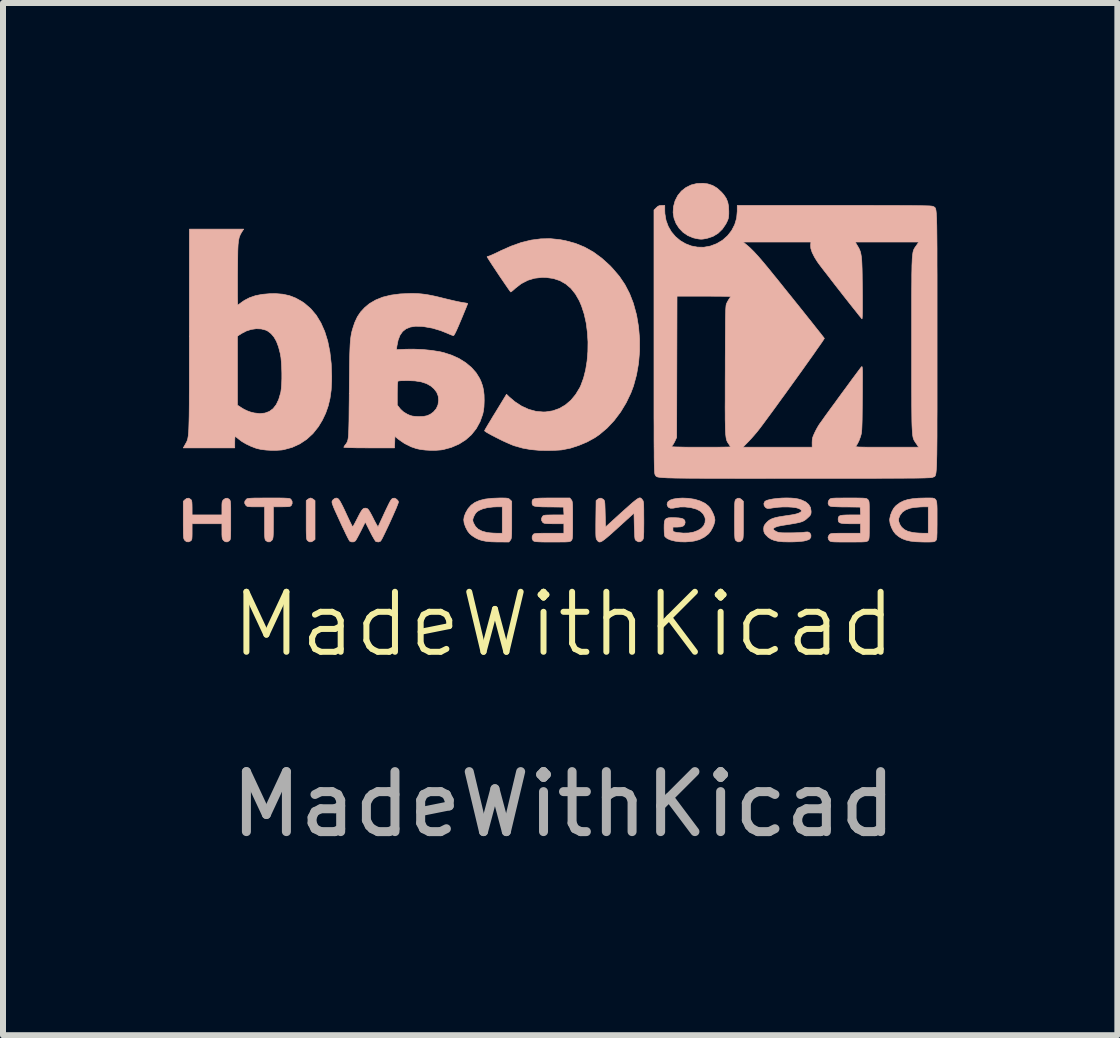
<source format=kicad_pcb>
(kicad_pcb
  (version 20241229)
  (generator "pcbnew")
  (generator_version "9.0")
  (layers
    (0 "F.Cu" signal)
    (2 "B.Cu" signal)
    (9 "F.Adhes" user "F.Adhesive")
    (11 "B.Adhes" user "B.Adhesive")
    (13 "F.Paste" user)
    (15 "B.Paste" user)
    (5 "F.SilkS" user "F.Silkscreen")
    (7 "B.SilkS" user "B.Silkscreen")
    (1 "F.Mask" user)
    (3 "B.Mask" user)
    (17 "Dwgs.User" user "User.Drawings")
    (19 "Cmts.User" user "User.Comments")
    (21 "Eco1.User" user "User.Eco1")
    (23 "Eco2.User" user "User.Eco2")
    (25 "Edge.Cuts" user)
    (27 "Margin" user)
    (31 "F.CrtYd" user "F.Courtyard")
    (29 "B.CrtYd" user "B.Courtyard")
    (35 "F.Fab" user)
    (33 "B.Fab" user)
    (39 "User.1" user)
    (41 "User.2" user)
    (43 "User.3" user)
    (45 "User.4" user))
  (footprint "MadeWithKicad"
    (layer "F.Cu")
    (at 6.343 7.857)
    (property "Reference" "MadeWithKicad" (at 0 -0.5 0) (unlocked yes) (layer "F.SilkS") (effects (font (size 1 1) (thickness 0.1))))
    (attr smd)
    (fp_poly (pts (xy -4.239 -2.599) (xy -4.262 -2.584) (xy -4.289 -2.563) (xy -4.289 -2.241) (xy -4.289 -2.147) (xy -4.289 -2.073) (xy -4.288 -2.016) (xy -4.286 -1.974) (xy -4.284 -1.944) (xy -4.281 -1.924) (xy -4.277 -1.91) (xy -4.271 -1.901) (xy -4.267 -1.896) (xy -4.236 -1.875) (xy -4.2 -1.876) (xy -4.169 -1.894) (xy -4.142 -1.915) (xy -4.142 -2.563) (xy -4.169 -2.584) (xy -4.195 -2.6) (xy -4.216 -2.606) (xy -4.239 -2.599)) (stroke (width 0.01) (type solid)) (fill yes) (layer "B.SilkS"))
    (fp_poly (pts (xy 2.874 -2.583) (xy 2.867 -2.576) (xy 2.862 -2.566) (xy 2.858 -2.551) (xy 2.855 -2.529) (xy 2.853 -2.497) (xy 2.852 -2.453) (xy 2.852 -2.393) (xy 2.851 -2.315) (xy 2.851 -2.239) (xy 2.851 -2.145) (xy 2.852 -2.071) (xy 2.852 -2.015) (xy 2.854 -1.973) (xy 2.856 -1.943) (xy 2.859 -1.923) (xy 2.863 -1.91) (xy 2.869 -1.901) (xy 2.874 -1.895) (xy 2.907 -1.875) (xy 2.942 -1.877) (xy 2.973 -1.898) (xy 2.981 -1.907) (xy 2.986 -1.916) (xy 2.991 -1.93) (xy 2.994 -1.951) (xy 2.996 -1.98) (xy 2.997 -2.022) (xy 2.998 -2.079) (xy 2.998 -2.153) (xy 2.998 -2.237) (xy 2.998 -2.551) (xy 2.97 -2.578) (xy 2.936 -2.602) (xy 2.903 -2.602) (xy 2.874 -2.583)) (stroke (width 0.01) (type solid)) (fill yes) (layer "B.SilkS"))
    (fp_poly (pts (xy 2.223 -7.848) (xy 2.127 -7.824) (xy 2.04 -7.781) (xy 1.965 -7.722) (xy 1.904 -7.647) (xy 1.859 -7.558) (xy 1.833 -7.461) (xy 1.827 -7.364) (xy 1.842 -7.27) (xy 1.876 -7.182) (xy 1.927 -7.103) (xy 1.992 -7.035) (xy 2.071 -6.981) (xy 2.162 -6.943) (xy 2.213 -6.931) (xy 2.258 -6.923) (xy 2.292 -6.92) (xy 2.325 -6.922) (xy 2.365 -6.929) (xy 2.399 -6.936) (xy 2.492 -6.967) (xy 2.576 -7.018) (xy 2.648 -7.088) (xy 2.706 -7.173) (xy 2.72 -7.201) (xy 2.737 -7.237) (xy 2.747 -7.267) (xy 2.752 -7.3) (xy 2.755 -7.341) (xy 2.755 -7.387) (xy 2.751 -7.471) (xy 2.737 -7.54) (xy 2.712 -7.601) (xy 2.673 -7.659) (xy 2.634 -7.704) (xy 2.562 -7.77) (xy 2.487 -7.815) (xy 2.405 -7.842) (xy 2.327 -7.852) (xy 2.223 -7.848)) (stroke (width 0.01) (type solid)) (fill yes) (layer "B.SilkS"))
    (fp_poly (pts (xy -5.013 -2.606) (xy -5.092 -2.605) (xy -5.153 -2.605) (xy -5.199 -2.603) (xy -5.232 -2.601) (xy -5.255 -2.598) (xy -5.271 -2.595) (xy -5.281 -2.59) (xy -5.286 -2.586) (xy -5.311 -2.554) (xy -5.315 -2.52) (xy -5.299 -2.489) (xy -5.288 -2.477) (xy -5.277 -2.469) (xy -5.261 -2.463) (xy -5.236 -2.461) (xy -5.197 -2.459) (xy -5.14 -2.459) (xy -5.129 -2.459) (xy -4.983 -2.459) (xy -4.983 -2.188) (xy -4.983 -2.103) (xy -4.983 -2.037) (xy -4.982 -1.988) (xy -4.98 -1.953) (xy -4.977 -1.929) (xy -4.973 -1.913) (xy -4.968 -1.903) (xy -4.961 -1.895) (xy -4.928 -1.875) (xy -4.893 -1.876) (xy -4.862 -1.899) (xy -4.86 -1.902) (xy -4.852 -1.913) (xy -4.847 -1.925) (xy -4.843 -1.942) (xy -4.84 -1.967) (xy -4.838 -2.003) (xy -4.837 -2.053) (xy -4.837 -2.12) (xy -4.836 -2.195) (xy -4.836 -2.459) (xy -4.697 -2.459) (xy -4.637 -2.46) (xy -4.596 -2.461) (xy -4.569 -2.464) (xy -4.552 -2.47) (xy -4.54 -2.478) (xy -4.539 -2.48) (xy -4.523 -2.513) (xy -4.524 -2.551) (xy -4.543 -2.583) (xy -4.55 -2.59) (xy -4.56 -2.595) (xy -4.574 -2.599) (xy -4.595 -2.601) (xy -4.625 -2.603) (xy -4.668 -2.605) (xy -4.726 -2.606) (xy -4.8 -2.606) (xy -4.894 -2.606) (xy -4.914 -2.606) (xy -5.013 -2.606)) (stroke (width 0.01) (type solid)) (fill yes) (layer "B.SilkS"))
    (fp_poly (pts (xy -6.279 -2.6) (xy -6.31 -2.578) (xy -6.338 -2.551) (xy -6.338 -2.241) (xy -6.338 -2.149) (xy -6.337 -2.077) (xy -6.337 -2.022) (xy -6.335 -1.982) (xy -6.333 -1.953) (xy -6.33 -1.933) (xy -6.325 -1.919) (xy -6.319 -1.908) (xy -6.315 -1.902) (xy -6.284 -1.877) (xy -6.248 -1.875) (xy -6.216 -1.89) (xy -6.206 -1.899) (xy -6.198 -1.91) (xy -6.194 -1.929) (xy -6.192 -1.96) (xy -6.191 -2.006) (xy -6.191 -2.042) (xy -6.191 -2.177) (xy -5.694 -2.177) (xy -5.694 -2.054) (xy -5.694 -1.998) (xy -5.692 -1.96) (xy -5.688 -1.934) (xy -5.68 -1.915) (xy -5.671 -1.902) (xy -5.64 -1.877) (xy -5.605 -1.874) (xy -5.572 -1.892) (xy -5.563 -1.901) (xy -5.556 -1.913) (xy -5.552 -1.932) (xy -5.549 -1.961) (xy -5.548 -2.005) (xy -5.547 -2.067) (xy -5.547 -2.081) (xy -5.547 -2.197) (xy -5.547 -2.293) (xy -5.547 -2.371) (xy -5.547 -2.432) (xy -5.548 -2.479) (xy -5.55 -2.514) (xy -5.552 -2.54) (xy -5.555 -2.557) (xy -5.56 -2.569) (xy -5.565 -2.577) (xy -5.57 -2.583) (xy -5.602 -2.603) (xy -5.635 -2.6) (xy -5.667 -2.578) (xy -5.679 -2.564) (xy -5.688 -2.548) (xy -5.692 -2.525) (xy -5.694 -2.491) (xy -5.694 -2.439) (xy -5.694 -2.324) (xy -6.191 -2.324) (xy -6.191 -2.442) (xy -6.192 -2.497) (xy -6.194 -2.534) (xy -6.198 -2.558) (xy -6.205 -2.574) (xy -6.214 -2.583) (xy -6.246 -2.603) (xy -6.279 -2.6)) (stroke (width 0.01) (type solid)) (fill yes) (layer "B.SilkS"))
    (fp_poly (pts (xy -1.068 -2.606) (xy -1.197 -2.601) (xy -1.307 -2.588) (xy -1.399 -2.565) (xy -1.476 -2.532) (xy -1.539 -2.487) (xy -1.589 -2.431) (xy -1.63 -2.361) (xy -1.63 -2.36) (xy -1.655 -2.298) (xy -1.663 -2.242) (xy -1.656 -2.187) (xy -1.634 -2.124) (xy -1.629 -2.114) (xy -1.6 -2.058) (xy -1.567 -2.015) (xy -1.525 -1.978) (xy -1.467 -1.941) (xy -1.464 -1.939) (xy -1.414 -1.915) (xy -1.357 -1.897) (xy -1.29 -1.884) (xy -1.209 -1.876) (xy -1.11 -1.873) (xy -1.075 -1.873) (xy -0.91 -1.872) (xy -0.886 -1.902) (xy -0.879 -1.912) (xy -0.874 -1.923) (xy -0.87 -1.939) (xy -0.867 -1.962) (xy -0.865 -1.995) (xy -0.864 -2.019) (xy -1.021 -2.019) (xy -1.115 -2.019) (xy -1.17 -2.021) (xy -1.226 -2.025) (xy -1.272 -2.031) (xy -1.275 -2.031) (xy -1.357 -2.053) (xy -1.421 -2.086) (xy -1.468 -2.132) (xy -1.501 -2.192) (xy -1.507 -2.208) (xy -1.513 -2.233) (xy -1.51 -2.257) (xy -1.498 -2.29) (xy -1.491 -2.306) (xy -1.468 -2.348) (xy -1.44 -2.378) (xy -1.409 -2.398) (xy -1.347 -2.425) (xy -1.268 -2.445) (xy -1.175 -2.456) (xy -1.108 -2.459) (xy -1.021 -2.459) (xy -1.021 -2.019) (xy -0.864 -2.019) (xy -0.864 -2.04) (xy -0.863 -2.101) (xy -0.863 -2.179) (xy -0.863 -2.241) (xy -0.863 -2.551) (xy -0.891 -2.578) (xy -0.903 -2.589) (xy -0.916 -2.597) (xy -0.935 -2.602) (xy -0.963 -2.605) (xy -1.005 -2.606) (xy -1.065 -2.606) (xy -1.068 -2.606)) (stroke (width 0.01) (type solid)) (fill yes) (layer "B.SilkS"))
    (fp_poly (pts (xy 6.071 -2.606) (xy 6.032 -2.606) (xy 5.916 -2.603) (xy 5.819 -2.594) (xy 5.738 -2.58) (xy 5.669 -2.558) (xy 5.608 -2.528) (xy 5.554 -2.488) (xy 5.534 -2.471) (xy 5.502 -2.432) (xy 5.473 -2.378) (xy 5.45 -2.318) (xy 5.438 -2.26) (xy 5.436 -2.239) (xy 5.444 -2.18) (xy 5.466 -2.116) (xy 5.497 -2.055) (xy 5.534 -2.007) (xy 5.54 -2.001) (xy 5.591 -1.96) (xy 5.646 -1.928) (xy 5.71 -1.904) (xy 5.784 -1.887) (xy 5.874 -1.877) (xy 5.981 -1.873) (xy 6.03 -1.872) (xy 6.092 -1.872) (xy 6.136 -1.874) (xy 6.165 -1.876) (xy 6.184 -1.881) (xy 6.197 -1.888) (xy 6.204 -1.895) (xy 6.211 -1.902) (xy 6.216 -1.912) (xy 6.22 -1.927) (xy 6.223 -1.949) (xy 6.224 -1.981) (xy 6.226 -2.025) (xy 6.226 -2.085) (xy 6.227 -2.163) (xy 6.227 -2.239) (xy 6.227 -2.34) (xy 6.227 -2.421) (xy 6.226 -2.459) (xy 6.08 -2.459) (xy 6.08 -2.019) (xy 5.987 -2.019) (xy 5.931 -2.021) (xy 5.872 -2.025) (xy 5.823 -2.031) (xy 5.822 -2.031) (xy 5.742 -2.05) (xy 5.681 -2.08) (xy 5.634 -2.122) (xy 5.605 -2.168) (xy 5.586 -2.219) (xy 5.588 -2.267) (xy 5.609 -2.318) (xy 5.65 -2.371) (xy 5.708 -2.41) (xy 5.783 -2.437) (xy 5.833 -2.446) (xy 5.889 -2.452) (xy 5.95 -2.457) (xy 6.001 -2.459) (xy 6.004 -2.459) (xy 6.08 -2.459) (xy 6.226 -2.459) (xy 6.225 -2.483) (xy 6.221 -2.53) (xy 6.213 -2.563) (xy 6.2 -2.585) (xy 6.18 -2.598) (xy 6.153 -2.605) (xy 6.117 -2.606) (xy 6.071 -2.606)) (stroke (width 0.01) (type solid)) (fill yes) (layer "B.SilkS"))
    (fp_poly (pts (xy 1.25 -2.602) (xy 1.227 -2.588) (xy 1.196 -2.565) (xy 1.156 -2.533) (xy 1.106 -2.489) (xy 1.044 -2.434) (xy 0.968 -2.366) (xy 0.881 -2.287) (xy 0.701 -2.123) (xy 0.695 -2.343) (xy 0.693 -2.419) (xy 0.691 -2.475) (xy 0.689 -2.515) (xy 0.686 -2.543) (xy 0.681 -2.561) (xy 0.675 -2.572) (xy 0.667 -2.581) (xy 0.663 -2.584) (xy 0.628 -2.603) (xy 0.595 -2.601) (xy 0.569 -2.584) (xy 0.543 -2.563) (xy 0.539 -2.248) (xy 0.538 -2.155) (xy 0.538 -2.082) (xy 0.538 -2.027) (xy 0.539 -1.986) (xy 0.541 -1.956) (xy 0.544 -1.936) (xy 0.548 -1.922) (xy 0.554 -1.911) (xy 0.56 -1.903) (xy 0.573 -1.887) (xy 0.587 -1.876) (xy 0.602 -1.872) (xy 0.621 -1.876) (xy 0.645 -1.888) (xy 0.677 -1.91) (xy 0.718 -1.943) (xy 0.771 -1.988) (xy 0.836 -2.046) (xy 0.91 -2.113) (xy 1.175 -2.354) (xy 1.18 -2.134) (xy 1.183 -2.059) (xy 1.185 -2.003) (xy 1.187 -1.962) (xy 1.19 -1.935) (xy 1.194 -1.917) (xy 1.2 -1.906) (xy 1.209 -1.897) (xy 1.213 -1.894) (xy 1.25 -1.875) (xy 1.285 -1.878) (xy 1.315 -1.902) (xy 1.322 -1.912) (xy 1.328 -1.923) (xy 1.332 -1.939) (xy 1.335 -1.962) (xy 1.336 -1.995) (xy 1.338 -2.04) (xy 1.338 -2.101) (xy 1.339 -2.181) (xy 1.339 -2.239) (xy 1.338 -2.331) (xy 1.338 -2.402) (xy 1.337 -2.457) (xy 1.336 -2.497) (xy 1.334 -2.526) (xy 1.33 -2.546) (xy 1.326 -2.56) (xy 1.32 -2.57) (xy 1.315 -2.576) (xy 1.304 -2.59) (xy 1.293 -2.601) (xy 1.282 -2.607) (xy 1.268 -2.608) (xy 1.25 -2.602)) (stroke (width 0.01) (type solid)) (fill yes) (layer "B.SilkS"))
    (fp_poly (pts (xy 1.9 -2.6) (xy 1.832 -2.589) (xy 1.779 -2.571) (xy 1.745 -2.548) (xy 1.735 -2.534) (xy 1.726 -2.503) (xy 1.732 -2.475) (xy 1.752 -2.448) (xy 1.784 -2.435) (xy 1.829 -2.436) (xy 1.864 -2.443) (xy 1.942 -2.456) (xy 2.022 -2.457) (xy 2.112 -2.447) (xy 2.136 -2.442) (xy 2.219 -2.419) (xy 2.284 -2.384) (xy 2.33 -2.338) (xy 2.357 -2.283) (xy 2.363 -2.254) (xy 2.359 -2.195) (xy 2.336 -2.143) (xy 2.295 -2.099) (xy 2.238 -2.064) (xy 2.169 -2.038) (xy 2.088 -2.023) (xy 1.998 -2.021) (xy 1.901 -2.03) (xy 1.895 -2.031) (xy 1.857 -2.039) (xy 1.835 -2.045) (xy 1.826 -2.056) (xy 1.824 -2.073) (xy 1.824 -2.082) (xy 1.824 -2.121) (xy 1.892 -2.121) (xy 1.953 -2.125) (xy 1.994 -2.138) (xy 2.018 -2.161) (xy 2.027 -2.196) (xy 2.027 -2.201) (xy 2.022 -2.23) (xy 2.004 -2.252) (xy 1.972 -2.266) (xy 1.922 -2.274) (xy 1.873 -2.277) (xy 1.802 -2.279) (xy 1.751 -2.276) (xy 1.716 -2.266) (xy 1.694 -2.247) (xy 1.683 -2.215) (xy 1.678 -2.167) (xy 1.677 -2.105) (xy 1.679 -2.035) (xy 1.683 -1.988) (xy 1.69 -1.963) (xy 1.691 -1.961) (xy 1.73 -1.929) (xy 1.787 -1.905) (xy 1.859 -1.887) (xy 1.941 -1.876) (xy 2.031 -1.874) (xy 2.125 -1.881) (xy 2.18 -1.889) (xy 2.266 -1.913) (xy 2.346 -1.953) (xy 2.413 -2.005) (xy 2.423 -2.015) (xy 2.456 -2.059) (xy 2.486 -2.113) (xy 2.509 -2.169) (xy 2.522 -2.221) (xy 2.524 -2.24) (xy 2.517 -2.282) (xy 2.5 -2.333) (xy 2.474 -2.387) (xy 2.445 -2.436) (xy 2.419 -2.469) (xy 2.358 -2.518) (xy 2.279 -2.556) (xy 2.185 -2.585) (xy 2.079 -2.601) (xy 1.982 -2.605) (xy 1.9 -2.6)) (stroke (width 0.01) (type solid)) (fill yes) (layer "B.SilkS"))
    (fp_poly (pts (xy -0.28 -2.606) (xy -0.357 -2.605) (xy -0.415 -2.603) (xy -0.458 -2.599) (xy -0.488 -2.593) (xy -0.507 -2.584) (xy -0.518 -2.572) (xy -0.523 -2.556) (xy -0.524 -2.536) (xy -0.524 -2.534) (xy -0.523 -2.511) (xy -0.518 -2.493) (xy -0.507 -2.48) (xy -0.487 -2.471) (xy -0.456 -2.465) (xy -0.41 -2.461) (xy -0.348 -2.458) (xy -0.266 -2.457) (xy -0.241 -2.457) (xy 0.001 -2.454) (xy 0.004 -2.389) (xy 0.008 -2.324) (xy -0.161 -2.324) (xy -0.226 -2.323) (xy -0.273 -2.322) (xy -0.305 -2.32) (xy -0.326 -2.316) (xy -0.339 -2.31) (xy -0.349 -2.302) (xy -0.349 -2.302) (xy -0.366 -2.268) (xy -0.366 -2.232) (xy -0.347 -2.201) (xy -0.344 -2.197) (xy -0.331 -2.189) (xy -0.313 -2.183) (xy -0.287 -2.18) (xy -0.247 -2.178) (xy -0.192 -2.177) (xy -0.156 -2.177) (xy 0.006 -2.177) (xy 0.006 -2.019) (xy -0.24 -2.019) (xy -0.322 -2.019) (xy -0.383 -2.018) (xy -0.429 -2.017) (xy -0.46 -2.015) (xy -0.481 -2.011) (xy -0.495 -2.007) (xy -0.503 -2.001) (xy -0.505 -1.998) (xy -0.522 -1.967) (xy -0.523 -1.931) (xy -0.51 -1.9) (xy -0.499 -1.89) (xy -0.488 -1.884) (xy -0.471 -1.88) (xy -0.446 -1.877) (xy -0.409 -1.875) (xy -0.358 -1.873) (xy -0.29 -1.872) (xy -0.203 -1.872) (xy -0.183 -1.872) (xy -0.095 -1.872) (xy -0.026 -1.873) (xy 0.025 -1.873) (xy 0.063 -1.875) (xy 0.089 -1.877) (xy 0.106 -1.881) (xy 0.117 -1.886) (xy 0.126 -1.892) (xy 0.13 -1.897) (xy 0.137 -1.905) (xy 0.142 -1.915) (xy 0.146 -1.93) (xy 0.149 -1.952) (xy 0.151 -1.985) (xy 0.152 -2.03) (xy 0.153 -2.09) (xy 0.153 -2.168) (xy 0.153 -2.234) (xy 0.153 -2.326) (xy 0.153 -2.399) (xy 0.152 -2.454) (xy 0.151 -2.495) (xy 0.148 -2.525) (xy 0.145 -2.545) (xy 0.141 -2.559) (xy 0.135 -2.57) (xy 0.13 -2.576) (xy 0.106 -2.606) (xy -0.184 -2.606) (xy -0.28 -2.606)) (stroke (width 0.01) (type solid)) (fill yes) (layer "B.SilkS"))
    (fp_poly (pts (xy 4.663 -2.606) (xy 4.593 -2.605) (xy 4.541 -2.605) (xy 4.503 -2.603) (xy 4.476 -2.601) (xy 4.458 -2.597) (xy 4.446 -2.592) (xy 4.437 -2.586) (xy 4.434 -2.583) (xy 4.414 -2.552) (xy 4.41 -2.516) (xy 4.423 -2.484) (xy 4.43 -2.478) (xy 4.439 -2.472) (xy 4.455 -2.467) (xy 4.479 -2.463) (xy 4.516 -2.461) (xy 4.567 -2.459) (xy 4.635 -2.457) (xy 4.698 -2.457) (xy 4.945 -2.454) (xy 4.949 -2.389) (xy 4.952 -2.324) (xy 4.784 -2.324) (xy 4.711 -2.323) (xy 4.658 -2.32) (xy 4.621 -2.315) (xy 4.597 -2.305) (xy 4.584 -2.289) (xy 4.579 -2.268) (xy 4.578 -2.247) (xy 4.581 -2.222) (xy 4.59 -2.204) (xy 4.609 -2.191) (xy 4.641 -2.183) (xy 4.688 -2.179) (xy 4.754 -2.177) (xy 4.79 -2.177) (xy 4.951 -2.177) (xy 4.951 -2.019) (xy 4.703 -2.019) (xy 4.621 -2.019) (xy 4.559 -2.018) (xy 4.514 -2.017) (xy 4.482 -2.015) (xy 4.461 -2.012) (xy 4.446 -2.007) (xy 4.437 -2.001) (xy 4.432 -1.996) (xy 4.415 -1.969) (xy 4.409 -1.946) (xy 4.417 -1.916) (xy 4.432 -1.895) (xy 4.44 -1.888) (xy 4.45 -1.883) (xy 4.465 -1.879) (xy 4.488 -1.876) (xy 4.521 -1.874) (xy 4.568 -1.873) (xy 4.63 -1.872) (xy 4.711 -1.872) (xy 4.753 -1.872) (xy 4.844 -1.872) (xy 4.914 -1.873) (xy 4.967 -1.873) (xy 5.006 -1.875) (xy 5.033 -1.877) (xy 5.051 -1.881) (xy 5.063 -1.885) (xy 5.072 -1.892) (xy 5.075 -1.895) (xy 5.082 -1.902) (xy 5.087 -1.912) (xy 5.091 -1.927) (xy 5.094 -1.949) (xy 5.096 -1.981) (xy 5.097 -2.026) (xy 5.097 -2.086) (xy 5.098 -2.164) (xy 5.098 -2.237) (xy 5.098 -2.33) (xy 5.097 -2.404) (xy 5.097 -2.46) (xy 5.096 -2.501) (xy 5.094 -2.53) (xy 5.091 -2.55) (xy 5.086 -2.563) (xy 5.081 -2.572) (xy 5.073 -2.58) (xy 5.072 -2.581) (xy 5.063 -2.589) (xy 5.053 -2.595) (xy 5.039 -2.599) (xy 5.017 -2.602) (xy 4.986 -2.604) (xy 4.943 -2.605) (xy 4.884 -2.606) (xy 4.807 -2.606) (xy 4.752 -2.606) (xy 4.663 -2.606)) (stroke (width 0.01) (type solid)) (fill yes) (layer "B.SilkS"))
    (fp_poly (pts (xy -3.795 -2.604) (xy -3.814 -2.597) (xy -3.815 -2.597) (xy -3.842 -2.576) (xy -3.856 -2.555) (xy -3.859 -2.546) (xy -3.859 -2.533) (xy -3.855 -2.514) (xy -3.846 -2.488) (xy -3.832 -2.451) (xy -3.811 -2.402) (xy -3.782 -2.339) (xy -3.745 -2.258) (xy -3.725 -2.214) (xy -3.689 -2.135) (xy -3.654 -2.063) (xy -3.624 -1.999) (xy -3.598 -1.947) (xy -3.578 -1.91) (xy -3.566 -1.889) (xy -3.563 -1.886) (xy -3.532 -1.874) (xy -3.497 -1.875) (xy -3.469 -1.891) (xy -3.468 -1.892) (xy -3.457 -1.909) (xy -3.438 -1.942) (xy -3.414 -1.987) (xy -3.387 -2.039) (xy -3.377 -2.058) (xy -3.304 -2.205) (xy -3.224 -2.046) (xy -3.196 -1.991) (xy -3.169 -1.943) (xy -3.147 -1.906) (xy -3.131 -1.884) (xy -3.126 -1.879) (xy -3.084 -1.873) (xy -3.05 -1.886) (xy -3.04 -1.901) (xy -3.022 -1.932) (xy -2.999 -1.978) (xy -2.971 -2.036) (xy -2.94 -2.101) (xy -2.907 -2.171) (xy -2.874 -2.244) (xy -2.842 -2.315) (xy -2.813 -2.381) (xy -2.787 -2.44) (xy -2.768 -2.489) (xy -2.755 -2.523) (xy -2.75 -2.541) (xy -2.75 -2.541) (xy -2.761 -2.564) (xy -2.783 -2.586) (xy -2.785 -2.587) (xy -2.812 -2.603) (xy -2.837 -2.602) (xy -2.846 -2.6) (xy -2.858 -2.593) (xy -2.87 -2.581) (xy -2.884 -2.56) (xy -2.902 -2.528) (xy -2.925 -2.482) (xy -2.955 -2.42) (xy -2.982 -2.363) (xy -3.012 -2.297) (xy -3.04 -2.237) (xy -3.063 -2.187) (xy -3.08 -2.15) (xy -3.089 -2.129) (xy -3.091 -2.126) (xy -3.097 -2.132) (xy -3.111 -2.154) (xy -3.131 -2.19) (xy -3.156 -2.237) (xy -3.165 -2.256) (xy -3.198 -2.321) (xy -3.224 -2.368) (xy -3.244 -2.401) (xy -3.26 -2.421) (xy -3.276 -2.432) (xy -3.292 -2.436) (xy -3.302 -2.437) (xy -3.321 -2.435) (xy -3.337 -2.428) (xy -3.353 -2.413) (xy -3.371 -2.388) (xy -3.394 -2.349) (xy -3.423 -2.294) (xy -3.439 -2.262) (xy -3.465 -2.212) (xy -3.487 -2.17) (xy -3.504 -2.141) (xy -3.514 -2.127) (xy -3.516 -2.126) (xy -3.522 -2.137) (xy -3.537 -2.166) (xy -3.558 -2.209) (xy -3.584 -2.263) (xy -3.614 -2.327) (xy -3.628 -2.358) (xy -3.666 -2.439) (xy -3.697 -2.501) (xy -3.722 -2.547) (xy -3.742 -2.578) (xy -3.76 -2.597) (xy -3.777 -2.604) (xy -3.795 -2.604)) (stroke (width 0.01) (type solid)) (fill yes) (layer "B.SilkS"))
    (fp_poly (pts (xy 3.642 -2.605) (xy 3.567 -2.599) (xy 3.497 -2.591) (xy 3.437 -2.58) (xy 3.39 -2.567) (xy 3.36 -2.552) (xy 3.356 -2.548) (xy 3.34 -2.513) (xy 3.345 -2.478) (xy 3.369 -2.447) (xy 3.371 -2.446) (xy 3.385 -2.437) (xy 3.4 -2.432) (xy 3.421 -2.432) (xy 3.453 -2.435) (xy 3.502 -2.443) (xy 3.506 -2.443) (xy 3.579 -2.452) (xy 3.657 -2.457) (xy 3.736 -2.457) (xy 3.809 -2.453) (xy 3.872 -2.445) (xy 3.918 -2.432) (xy 3.921 -2.431) (xy 3.955 -2.412) (xy 3.967 -2.393) (xy 3.958 -2.375) (xy 3.928 -2.357) (xy 3.879 -2.34) (xy 3.811 -2.326) (xy 3.766 -2.319) (xy 3.671 -2.305) (xy 3.597 -2.293) (xy 3.538 -2.281) (xy 3.492 -2.267) (xy 3.456 -2.252) (xy 3.426 -2.234) (xy 3.399 -2.211) (xy 3.378 -2.189) (xy 3.353 -2.158) (xy 3.341 -2.132) (xy 3.337 -2.099) (xy 3.337 -2.087) (xy 3.34 -2.047) (xy 3.351 -2.018) (xy 3.371 -1.992) (xy 3.412 -1.951) (xy 3.458 -1.921) (xy 3.512 -1.899) (xy 3.577 -1.884) (xy 3.657 -1.876) (xy 3.755 -1.874) (xy 3.771 -1.874) (xy 3.837 -1.875) (xy 3.902 -1.878) (xy 3.959 -1.883) (xy 4.002 -1.888) (xy 4.005 -1.888) (xy 4.048 -1.899) (xy 4.084 -1.911) (xy 4.104 -1.923) (xy 4.123 -1.953) (xy 4.124 -1.989) (xy 4.108 -2.021) (xy 4.104 -2.024) (xy 4.089 -2.035) (xy 4.07 -2.04) (xy 4.041 -2.039) (xy 4.006 -2.035) (xy 3.966 -2.031) (xy 3.91 -2.028) (xy 3.845 -2.026) (xy 3.778 -2.025) (xy 3.76 -2.025) (xy 3.692 -2.025) (xy 3.642 -2.026) (xy 3.607 -2.029) (xy 3.58 -2.034) (xy 3.559 -2.041) (xy 3.546 -2.047) (xy 3.518 -2.064) (xy 3.5 -2.079) (xy 3.497 -2.083) (xy 3.503 -2.101) (xy 3.529 -2.118) (xy 3.574 -2.134) (xy 3.637 -2.147) (xy 3.655 -2.15) (xy 3.751 -2.165) (xy 3.828 -2.178) (xy 3.888 -2.189) (xy 3.934 -2.199) (xy 3.971 -2.21) (xy 3.999 -2.222) (xy 4.023 -2.236) (xy 4.046 -2.253) (xy 4.069 -2.274) (xy 4.077 -2.281) (xy 4.105 -2.308) (xy 4.12 -2.33) (xy 4.126 -2.355) (xy 4.127 -2.386) (xy 4.117 -2.447) (xy 4.086 -2.499) (xy 4.035 -2.542) (xy 3.963 -2.575) (xy 3.912 -2.59) (xy 3.857 -2.6) (xy 3.791 -2.605) (xy 3.718 -2.607) (xy 3.642 -2.605)) (stroke (width 0.01) (type solid)) (fill yes) (layer "B.SilkS"))
    (fp_poly (pts (xy -0.378 -6.926) (xy -0.539 -6.905) (xy -0.703 -6.865) (xy -0.872 -6.805) (xy -1.05 -6.726) (xy -1.061 -6.72) (xy -1.119 -6.692) (xy -1.171 -6.668) (xy -1.212 -6.65) (xy -1.24 -6.639) (xy -1.25 -6.636) (xy -1.269 -6.631) (xy -1.274 -6.627) (xy -1.268 -6.616) (xy -1.252 -6.59) (xy -1.227 -6.551) (xy -1.195 -6.501) (xy -1.157 -6.444) (xy -1.116 -6.382) (xy -1.073 -6.317) (xy -1.03 -6.254) (xy -0.989 -6.194) (xy -0.952 -6.14) (xy -0.921 -6.095) (xy -0.897 -6.061) (xy -0.882 -6.042) (xy -0.88 -6.04) (xy -0.87 -6.045) (xy -0.848 -6.062) (xy -0.817 -6.089) (xy -0.802 -6.103) (xy -0.705 -6.178) (xy -0.598 -6.234) (xy -0.483 -6.269) (xy -0.36 -6.283) (xy -0.291 -6.282) (xy -0.169 -6.265) (xy -0.06 -6.229) (xy 0.037 -6.174) (xy 0.124 -6.1) (xy 0.199 -6.006) (xy 0.264 -5.893) (xy 0.301 -5.806) (xy 0.345 -5.671) (xy 0.378 -5.523) (xy 0.398 -5.368) (xy 0.408 -5.208) (xy 0.406 -5.048) (xy 0.393 -4.891) (xy 0.369 -4.742) (xy 0.334 -4.604) (xy 0.288 -4.48) (xy 0.272 -4.446) (xy 0.203 -4.332) (xy 0.123 -4.235) (xy 0.031 -4.157) (xy -0.07 -4.098) (xy -0.18 -4.059) (xy -0.297 -4.041) (xy -0.339 -4.04) (xy -0.46 -4.051) (xy -0.581 -4.084) (xy -0.699 -4.138) (xy -0.812 -4.212) (xy -0.904 -4.29) (xy -0.95 -4.335) (xy -1.131 -4.038) (xy -1.177 -3.964) (xy -1.218 -3.895) (xy -1.254 -3.836) (xy -1.283 -3.787) (xy -1.304 -3.751) (xy -1.315 -3.731) (xy -1.316 -3.728) (xy -1.308 -3.718) (xy -1.283 -3.701) (xy -1.243 -3.678) (xy -1.192 -3.65) (xy -1.134 -3.62) (xy -1.071 -3.588) (xy -1.008 -3.557) (xy -0.946 -3.529) (xy -0.889 -3.504) (xy -0.841 -3.484) (xy -0.818 -3.476) (xy -0.684 -3.438) (xy -0.546 -3.413) (xy -0.399 -3.4) (xy -0.272 -3.398) (xy -0.204 -3.399) (xy -0.138 -3.401) (xy -0.081 -3.404) (xy -0.037 -3.407) (xy -0.023 -3.409) (xy 0.116 -3.437) (xy 0.257 -3.483) (xy 0.395 -3.541) (xy 0.522 -3.611) (xy 0.599 -3.664) (xy 0.727 -3.772) (xy 0.845 -3.898) (xy 0.952 -4.04) (xy 1.045 -4.194) (xy 1.123 -4.357) (xy 1.167 -4.474) (xy 1.217 -4.658) (xy 1.251 -4.852) (xy 1.268 -5.054) (xy 1.268 -5.257) (xy 1.251 -5.459) (xy 1.218 -5.656) (xy 1.167 -5.842) (xy 1.164 -5.853) (xy 1.101 -6.015) (xy 1.024 -6.163) (xy 0.931 -6.301) (xy 0.818 -6.433) (xy 0.775 -6.479) (xy 0.638 -6.603) (xy 0.499 -6.705) (xy 0.353 -6.787) (xy 0.199 -6.85) (xy 0.034 -6.895) (xy -0.061 -6.913) (xy -0.22 -6.929) (xy -0.378 -6.926)) (stroke (width 0.01) (type solid)) (fill yes) (layer "B.SilkS"))
    (fp_poly (pts (xy -6.237 -5.403) (xy -6.237 -5.168) (xy -6.237 -4.955) (xy -6.237 -4.763) (xy -6.237 -4.59) (xy -6.237 -4.434) (xy -6.238 -4.296) (xy -6.238 -4.174) (xy -6.239 -4.067) (xy -6.24 -3.974) (xy -6.242 -3.893) (xy -6.244 -3.824) (xy -6.246 -3.765) (xy -6.248 -3.716) (xy -6.252 -3.675) (xy -6.255 -3.641) (xy -6.26 -3.613) (xy -6.264 -3.59) (xy -6.27 -3.571) (xy -6.276 -3.554) (xy -6.283 -3.54) (xy -6.29 -3.526) (xy -6.299 -3.511) (xy -6.304 -3.502) (xy -6.338 -3.441) (xy -5.48 -3.441) (xy -5.48 -3.537) (xy -5.479 -3.581) (xy -5.477 -3.614) (xy -5.474 -3.632) (xy -5.473 -3.633) (xy -5.462 -3.626) (xy -5.439 -3.608) (xy -5.416 -3.589) (xy -5.362 -3.548) (xy -5.292 -3.507) (xy -5.215 -3.47) (xy -5.138 -3.44) (xy -5.107 -3.43) (xy -5.039 -3.415) (xy -4.956 -3.405) (xy -4.866 -3.4) (xy -4.778 -3.401) (xy -4.699 -3.406) (xy -4.662 -3.412) (xy -4.523 -3.45) (xy -4.396 -3.508) (xy -4.28 -3.585) (xy -4.177 -3.68) (xy -4.086 -3.794) (xy -4.019 -3.905) (xy -3.964 -4.021) (xy -3.922 -4.141) (xy -3.892 -4.267) (xy -3.873 -4.403) (xy -3.865 -4.555) (xy -3.864 -4.632) (xy -3.866 -4.689) (xy -4.695 -4.689) (xy -4.695 -4.596) (xy -4.698 -4.508) (xy -4.704 -4.431) (xy -4.712 -4.37) (xy -4.715 -4.358) (xy -4.747 -4.25) (xy -4.788 -4.163) (xy -4.84 -4.096) (xy -4.903 -4.049) (xy -4.976 -4.022) (xy -5.061 -4.013) (xy -5.157 -4.024) (xy -5.22 -4.04) (xy -5.269 -4.058) (xy -5.324 -4.084) (xy -5.364 -4.108) (xy -5.435 -4.154) (xy -5.435 -5.304) (xy -5.367 -5.348) (xy -5.289 -5.389) (xy -5.205 -5.416) (xy -5.12 -5.428) (xy -5.038 -5.424) (xy -4.965 -5.405) (xy -4.933 -5.39) (xy -4.876 -5.347) (xy -4.827 -5.29) (xy -4.785 -5.217) (xy -4.751 -5.127) (xy -4.722 -5.016) (xy -4.721 -5.01) (xy -4.71 -4.948) (xy -4.703 -4.87) (xy -4.698 -4.782) (xy -4.695 -4.689) (xy -3.866 -4.689) (xy -3.872 -4.845) (xy -3.894 -5.041) (xy -3.93 -5.22) (xy -3.98 -5.381) (xy -4.044 -5.525) (xy -4.121 -5.652) (xy -4.213 -5.761) (xy -4.318 -5.852) (xy -4.364 -5.883) (xy -4.465 -5.939) (xy -4.568 -5.979) (xy -4.678 -6.003) (xy -4.799 -6.013) (xy -4.892 -6.012) (xy -5.021 -6.001) (xy -5.134 -5.979) (xy -5.233 -5.945) (xy -5.321 -5.899) (xy -5.37 -5.865) (xy -5.399 -5.843) (xy -5.421 -5.828) (xy -5.429 -5.823) (xy -5.431 -5.834) (xy -5.432 -5.865) (xy -5.433 -5.912) (xy -5.434 -5.975) (xy -5.434 -6.048) (xy -5.434 -6.131) (xy -5.434 -6.219) (xy -5.434 -6.311) (xy -5.433 -6.403) (xy -5.432 -6.493) (xy -5.431 -6.579) (xy -5.43 -6.656) (xy -5.429 -6.723) (xy -5.427 -6.777) (xy -5.425 -6.815) (xy -5.425 -6.822) (xy -5.417 -6.893) (xy -5.406 -6.948) (xy -5.388 -6.995) (xy -5.362 -7.041) (xy -5.355 -7.051) (xy -5.331 -7.088) (xy -6.236 -7.088) (xy -6.237 -5.403)) (stroke (width 0.01) (type solid)) (fill yes) (layer "B.SilkS"))
    (fp_poly (pts (xy -2.724 -6.008) (xy -2.875 -5.988) (xy -3.011 -5.955) (xy -3.13 -5.907) (xy -3.235 -5.846) (xy -3.312 -5.782) (xy -3.381 -5.708) (xy -3.435 -5.628) (xy -3.478 -5.536) (xy -3.493 -5.493) (xy -3.506 -5.454) (xy -3.517 -5.418) (xy -3.527 -5.383) (xy -3.535 -5.347) (xy -3.542 -5.308) (xy -3.548 -5.265) (xy -3.553 -5.215) (xy -3.557 -5.158) (xy -3.56 -5.09) (xy -3.563 -5.011) (xy -3.565 -4.918) (xy -3.567 -4.809) (xy -3.568 -4.683) (xy -3.57 -4.538) (xy -3.571 -4.395) (xy -3.572 -4.239) (xy -3.574 -4.104) (xy -3.575 -3.988) (xy -3.576 -3.889) (xy -3.578 -3.807) (xy -3.58 -3.739) (xy -3.582 -3.683) (xy -3.585 -3.639) (xy -3.589 -3.604) (xy -3.594 -3.576) (xy -3.6 -3.554) (xy -3.607 -3.537) (xy -3.615 -3.523) (xy -3.624 -3.509) (xy -3.635 -3.495) (xy -3.64 -3.49) (xy -3.655 -3.467) (xy -3.662 -3.452) (xy -3.662 -3.451) (xy -3.652 -3.449) (xy -3.621 -3.447) (xy -3.572 -3.445) (xy -3.508 -3.444) (xy -3.432 -3.442) (xy -3.345 -3.442) (xy -3.25 -3.441) (xy -3.24 -3.441) (xy -2.817 -3.441) (xy -2.813 -3.537) (xy -2.81 -3.633) (xy -2.748 -3.582) (xy -2.651 -3.515) (xy -2.541 -3.46) (xy -2.454 -3.43) (xy -2.385 -3.415) (xy -2.302 -3.405) (xy -2.212 -3.4) (xy -2.124 -3.401) (xy -2.045 -3.407) (xy -2.009 -3.412) (xy -1.869 -3.45) (xy -1.742 -3.505) (xy -1.63 -3.576) (xy -1.534 -3.662) (xy -1.454 -3.763) (xy -1.391 -3.878) (xy -1.346 -4.004) (xy -1.334 -4.061) (xy -1.326 -4.123) (xy -1.323 -4.198) (xy -1.322 -4.232) (xy -1.322 -4.235) (xy -2.082 -4.235) (xy -2.092 -4.16) (xy -2.12 -4.096) (xy -2.168 -4.04) (xy -2.173 -4.036) (xy -2.222 -4.001) (xy -2.273 -3.978) (xy -2.334 -3.966) (xy -2.409 -3.964) (xy -2.427 -3.964) (xy -2.481 -3.967) (xy -2.521 -3.972) (xy -2.556 -3.982) (xy -2.595 -3.999) (xy -2.606 -4.004) (xy -2.666 -4.04) (xy -2.713 -4.083) (xy -2.726 -4.098) (xy -2.771 -4.155) (xy -2.771 -4.35) (xy -2.77 -4.429) (xy -2.768 -4.487) (xy -2.765 -4.526) (xy -2.761 -4.548) (xy -2.757 -4.555) (xy -2.741 -4.558) (xy -2.707 -4.561) (xy -2.66 -4.562) (xy -2.605 -4.563) (xy -2.596 -4.563) (xy -2.475 -4.558) (xy -2.373 -4.542) (xy -2.286 -4.514) (xy -2.214 -4.474) (xy -2.159 -4.427) (xy -2.114 -4.369) (xy -2.089 -4.306) (xy -2.082 -4.235) (xy -1.322 -4.235) (xy -1.324 -4.325) (xy -1.333 -4.404) (xy -1.349 -4.475) (xy -1.374 -4.546) (xy -1.398 -4.599) (xy -1.457 -4.694) (xy -1.535 -4.782) (xy -1.63 -4.861) (xy -1.74 -4.93) (xy -1.863 -4.986) (xy -1.995 -5.029) (xy -2.059 -5.044) (xy -2.196 -5.066) (xy -2.344 -5.081) (xy -2.496 -5.087) (xy -2.622 -5.086) (xy -2.784 -5.079) (xy -2.777 -5.138) (xy -2.757 -5.237) (xy -2.726 -5.318) (xy -2.682 -5.381) (xy -2.625 -5.426) (xy -2.553 -5.455) (xy -2.466 -5.469) (xy -2.363 -5.466) (xy -2.325 -5.462) (xy -2.184 -5.437) (xy -2.047 -5.396) (xy -1.952 -5.358) (xy -1.907 -5.339) (xy -1.869 -5.323) (xy -1.842 -5.314) (xy -1.835 -5.312) (xy -1.825 -5.321) (xy -1.808 -5.35) (xy -1.784 -5.399) (xy -1.753 -5.469) (xy -1.715 -5.559) (xy -1.708 -5.575) (xy -1.678 -5.647) (xy -1.651 -5.713) (xy -1.628 -5.768) (xy -1.611 -5.811) (xy -1.6 -5.838) (xy -1.597 -5.847) (xy -1.607 -5.852) (xy -1.633 -5.857) (xy -1.661 -5.861) (xy -1.692 -5.866) (xy -1.739 -5.875) (xy -1.801 -5.888) (xy -1.871 -5.904) (xy -1.946 -5.922) (xy -1.975 -5.929) (xy -2.08 -5.955) (xy -2.167 -5.975) (xy -2.242 -5.99) (xy -2.308 -6.001) (xy -2.369 -6.008) (xy -2.431 -6.013) (xy -2.496 -6.015) (xy -2.554 -6.015) (xy -2.724 -6.008)) (stroke (width 0.01) (type solid)) (fill yes) (layer "B.SilkS"))
    (fp_poly (pts (xy 2.896 -7.386) (xy 2.886 -7.272) (xy 2.854 -7.164) (xy 2.803 -7.065) (xy 2.734 -6.977) (xy 2.649 -6.902) (xy 2.552 -6.845) (xy 2.446 -6.805) (xy 2.339 -6.786) (xy 2.233 -6.788) (xy 2.131 -6.807) (xy 2.035 -6.844) (xy 1.946 -6.896) (xy 1.867 -6.962) (xy 1.799 -7.042) (xy 1.746 -7.133) (xy 1.709 -7.234) (xy 1.69 -7.345) (xy 1.688 -7.395) (xy 1.688 -7.483) (xy 1.637 -7.483) (xy 1.6 -7.48) (xy 1.573 -7.468) (xy 1.546 -7.444) (xy 1.508 -7.406) (xy 1.508 -5.214) (xy 1.508 -4.952) (xy 1.508 -4.712) (xy 1.508 -4.492) (xy 1.508 -4.292) (xy 1.508 -4.111) (xy 1.508 -3.947) (xy 1.509 -3.801) (xy 1.509 -3.67) (xy 1.509 -3.555) (xy 1.51 -3.454) (xy 1.511 -3.366) (xy 1.511 -3.29) (xy 1.512 -3.225) (xy 1.513 -3.171) (xy 1.514 -3.126) (xy 1.515 -3.089) (xy 1.517 -3.06) (xy 1.518 -3.038) (xy 1.52 -3.021) (xy 1.522 -3.009) (xy 1.524 -3.001) (xy 1.526 -2.995) (xy 1.527 -2.993) (xy 1.531 -2.986) (xy 1.535 -2.98) (xy 1.539 -2.974) (xy 1.544 -2.969) (xy 1.551 -2.964) (xy 1.561 -2.959) (xy 1.575 -2.955) (xy 1.595 -2.952) (xy 1.619 -2.949) (xy 1.651 -2.946) (xy 1.691 -2.944) (xy 1.739 -2.941) (xy 1.796 -2.94) (xy 1.864 -2.938) (xy 1.944 -2.937) (xy 2.035 -2.936) (xy 2.14 -2.935) (xy 2.259 -2.935) (xy 2.393 -2.934) (xy 2.543 -2.934) (xy 2.71 -2.934) (xy 2.895 -2.933) (xy 3.099 -2.933) (xy 3.322 -2.933) (xy 3.566 -2.934) (xy 3.831 -2.934) (xy 3.87 -2.934) (xy 4.137 -2.934) (xy 4.382 -2.934) (xy 4.607 -2.934) (xy 4.811 -2.934) (xy 4.997 -2.934) (xy 5.165 -2.934) (xy 5.316 -2.935) (xy 5.451 -2.935) (xy 5.57 -2.936) (xy 5.675 -2.936) (xy 5.767 -2.937) (xy 5.846 -2.937) (xy 5.914 -2.938) (xy 5.971 -2.939) (xy 6.019 -2.94) (xy 6.057 -2.942) (xy 6.088 -2.943) (xy 6.112 -2.944) (xy 6.13 -2.946) (xy 6.142 -2.948) (xy 6.151 -2.95) (xy 6.155 -2.952) (xy 6.164 -2.955) (xy 6.171 -2.958) (xy 6.179 -2.96) (xy 6.185 -2.964) (xy 6.191 -2.969) (xy 6.196 -2.978) (xy 6.201 -2.99) (xy 6.205 -3.006) (xy 6.209 -3.029) (xy 6.212 -3.057) (xy 6.215 -3.094) (xy 6.218 -3.138) (xy 6.22 -3.192) (xy 6.221 -3.257) (xy 6.223 -3.332) (xy 6.224 -3.42) (xy 6.225 -3.521) (xy 6.226 -3.636) (xy 6.226 -3.765) (xy 6.226 -3.911) (xy 6.227 -4.073) (xy 6.227 -4.254) (xy 6.227 -4.453) (xy 6.227 -4.671) (xy 6.227 -4.91) (xy 6.227 -5.171) (xy 6.227 -5.213) (xy 6.227 -5.476) (xy 6.227 -5.717) (xy 6.227 -5.938) (xy 6.227 -6.139) (xy 6.227 -6.321) (xy 6.226 -6.485) (xy 6.226 -6.632) (xy 6.226 -6.763) (xy 6.225 -6.873) (xy 5.922 -6.873) (xy 5.882 -6.815) (xy 5.871 -6.8) (xy 5.861 -6.786) (xy 5.852 -6.772) (xy 5.844 -6.758) (xy 5.837 -6.743) (xy 5.831 -6.724) (xy 5.825 -6.701) (xy 5.821 -6.673) (xy 5.817 -6.639) (xy 5.813 -6.597) (xy 5.811 -6.545) (xy 5.808 -6.484) (xy 5.807 -6.412) (xy 5.805 -6.327) (xy 5.805 -6.229) (xy 5.804 -6.115) (xy 5.803 -5.986) (xy 5.803 -5.84) (xy 5.803 -5.675) (xy 5.803 -5.491) (xy 5.803 -5.285) (xy 5.803 -5.163) (xy 5.803 -4.946) (xy 5.803 -4.75) (xy 5.803 -4.575) (xy 5.803 -4.419) (xy 5.804 -4.28) (xy 5.804 -4.158) (xy 5.805 -4.052) (xy 5.806 -3.96) (xy 5.807 -3.881) (xy 5.809 -3.813) (xy 5.812 -3.757) (xy 5.815 -3.71) (xy 5.818 -3.671) (xy 5.822 -3.64) (xy 5.827 -3.614) (xy 5.833 -3.593) (xy 5.84 -3.576) (xy 5.847 -3.561) (xy 5.856 -3.548) (xy 5.865 -3.534) (xy 5.875 -3.519) (xy 5.882 -3.51) (xy 5.92 -3.453) (xy 5.389 -3.453) (xy 5.265 -3.453) (xy 5.163 -3.453) (xy 5.079 -3.453) (xy 5.013 -3.454) (xy 4.962 -3.455) (xy 4.924 -3.456) (xy 4.898 -3.458) (xy 4.882 -3.46) (xy 4.873 -3.463) (xy 4.871 -3.467) (xy 4.873 -3.471) (xy 4.875 -3.472) (xy 4.9 -3.509) (xy 4.926 -3.562) (xy 4.949 -3.624) (xy 4.957 -3.651) (xy 4.962 -3.669) (xy 4.966 -3.69) (xy 4.969 -3.716) (xy 4.972 -3.749) (xy 4.974 -3.792) (xy 4.976 -3.847) (xy 4.978 -3.915) (xy 4.979 -3.998) (xy 4.98 -4.1) (xy 4.981 -4.221) (xy 4.982 -4.265) (xy 4.983 -4.391) (xy 4.983 -4.495) (xy 4.984 -4.58) (xy 4.984 -4.648) (xy 4.984 -4.701) (xy 4.983 -4.74) (xy 4.981 -4.768) (xy 4.979 -4.785) (xy 4.977 -4.794) (xy 4.973 -4.797) (xy 4.969 -4.795) (xy 4.965 -4.79) (xy 4.954 -4.777) (xy 4.932 -4.748) (xy 4.9 -4.705) (xy 4.859 -4.65) (xy 4.811 -4.586) (xy 4.758 -4.513) (xy 4.701 -4.435) (xy 4.641 -4.354) (xy 4.581 -4.272) (xy 4.522 -4.19) (xy 4.464 -4.112) (xy 4.411 -4.039) (xy 4.363 -3.973) (xy 4.323 -3.916) (xy 4.291 -3.871) (xy 4.268 -3.84) (xy 4.264 -3.834) (xy 4.241 -3.797) (xy 4.214 -3.749) (xy 4.189 -3.699) (xy 4.186 -3.692) (xy 4.164 -3.644) (xy 4.151 -3.607) (xy 4.146 -3.571) (xy 4.144 -3.529) (xy 4.145 -3.453) (xy 2.991 -3.453) (xy 3.082 -3.546) (xy 3.129 -3.596) (xy 3.179 -3.653) (xy 3.225 -3.707) (xy 3.245 -3.732) (xy 3.276 -3.772) (xy 3.316 -3.825) (xy 3.364 -3.89) (xy 3.42 -3.966) (xy 3.482 -4.05) (xy 3.549 -4.142) (xy 3.619 -4.239) (xy 3.693 -4.34) (xy 3.767 -4.443) (xy 3.842 -4.547) (xy 3.916 -4.65) (xy 3.988 -4.75) (xy 4.056 -4.846) (xy 4.12 -4.936) (xy 4.179 -5.019) (xy 4.23 -5.093) (xy 4.274 -5.155) (xy 4.309 -5.205) (xy 4.333 -5.242) (xy 4.346 -5.262) (xy 4.348 -5.266) (xy 4.34 -5.278) (xy 4.319 -5.305) (xy 4.287 -5.346) (xy 4.244 -5.4) (xy 4.193 -5.464) (xy 4.135 -5.538) (xy 4.07 -5.619) (xy 4.001 -5.706) (xy 3.929 -5.796) (xy 3.854 -5.889) (xy 3.795 -5.963) (xy 2.784 -5.963) (xy 2.778 -5.95) (xy 2.763 -5.928) (xy 2.762 -5.927) (xy 2.743 -5.896) (xy 2.724 -5.86) (xy 2.72 -5.851) (xy 2.716 -5.843) (xy 2.713 -5.833) (xy 2.71 -5.82) (xy 2.708 -5.802) (xy 2.706 -5.779) (xy 2.704 -5.748) (xy 2.703 -5.708) (xy 2.701 -5.659) (xy 2.7 -5.598) (xy 2.699 -5.524) (xy 2.699 -5.436) (xy 2.698 -5.332) (xy 2.697 -5.212) (xy 2.697 -5.073) (xy 2.696 -4.914) (xy 2.696 -4.735) (xy 2.695 -4.55) (xy 2.695 -4.386) (xy 2.695 -4.242) (xy 2.694 -4.116) (xy 2.695 -4.007) (xy 2.695 -3.914) (xy 2.697 -3.835) (xy 2.698 -3.769) (xy 2.7 -3.714) (xy 2.703 -3.669) (xy 2.707 -3.633) (xy 2.711 -3.604) (xy 2.716 -3.58) (xy 2.722 -3.562) (xy 2.729 -3.546) (xy 2.737 -3.531) (xy 2.747 -3.517) (xy 2.755 -3.505) (xy 2.772 -3.479) (xy 2.782 -3.461) (xy 2.784 -3.458) (xy 2.773 -3.457) (xy 2.741 -3.456) (xy 2.692 -3.455) (xy 2.627 -3.454) (xy 2.549 -3.453) (xy 2.46 -3.453) (xy 2.361 -3.453) (xy 2.292 -3.453) (xy 2.187 -3.453) (xy 2.091 -3.453) (xy 2.004 -3.454) (xy 1.93 -3.456) (xy 1.871 -3.457) (xy 1.829 -3.459) (xy 1.805 -3.461) (xy 1.801 -3.463) (xy 1.809 -3.477) (xy 1.817 -3.485) (xy 1.83 -3.503) (xy 1.847 -3.533) (xy 1.859 -3.557) (xy 1.886 -3.616) (xy 1.889 -4.793) (xy 1.892 -5.97) (xy 2.338 -5.97) (xy 2.436 -5.97) (xy 2.526 -5.969) (xy 2.607 -5.969) (xy 2.675 -5.968) (xy 2.729 -5.967) (xy 2.765 -5.965) (xy 2.783 -5.964) (xy 2.784 -5.963) (xy 3.795 -5.963) (xy 3.779 -5.982) (xy 3.705 -6.074) (xy 3.633 -6.164) (xy 3.565 -6.249) (xy 3.501 -6.327) (xy 3.444 -6.398) (xy 3.394 -6.459) (xy 3.353 -6.508) (xy 3.336 -6.529) (xy 3.25 -6.629) (xy 3.173 -6.713) (xy 3.104 -6.781) (xy 3.041 -6.835) (xy 3.032 -6.842) (xy 2.992 -6.873) (xy 4.124 -6.873) (xy 4.119 -6.825) (xy 4.122 -6.768) (xy 4.144 -6.7) (xy 4.184 -6.62) (xy 4.229 -6.548) (xy 4.245 -6.525) (xy 4.273 -6.487) (xy 4.311 -6.437) (xy 4.358 -6.376) (xy 4.412 -6.307) (xy 4.47 -6.231) (xy 4.532 -6.151) (xy 4.596 -6.069) (xy 4.66 -5.987) (xy 4.723 -5.907) (xy 4.782 -5.832) (xy 4.837 -5.763) (xy 4.885 -5.703) (xy 4.924 -5.653) (xy 4.954 -5.617) (xy 4.972 -5.595) (xy 4.975 -5.592) (xy 4.978 -5.6) (xy 4.98 -5.63) (xy 4.982 -5.682) (xy 4.983 -5.756) (xy 4.983 -5.852) (xy 4.983 -5.969) (xy 4.982 -6.089) (xy 4.98 -6.221) (xy 4.979 -6.332) (xy 4.977 -6.426) (xy 4.974 -6.504) (xy 4.971 -6.567) (xy 4.966 -6.62) (xy 4.959 -6.663) (xy 4.952 -6.698) (xy 4.942 -6.729) (xy 4.93 -6.757) (xy 4.915 -6.785) (xy 4.9 -6.81) (xy 4.862 -6.873) (xy 5.922 -6.873) (xy 6.225 -6.873) (xy 6.225 -6.879) (xy 6.224 -6.981) (xy 6.223 -7.07) (xy 6.222 -7.147) (xy 6.22 -7.212) (xy 6.219 -7.268) (xy 6.216 -7.313) (xy 6.214 -7.35) (xy 6.211 -7.38) (xy 6.208 -7.403) (xy 6.204 -7.421) (xy 6.2 -7.434) (xy 6.195 -7.443) (xy 6.19 -7.449) (xy 6.184 -7.454) (xy 6.178 -7.457) (xy 6.172 -7.461) (xy 6.166 -7.464) (xy 6.16 -7.467) (xy 6.152 -7.469) (xy 6.14 -7.471) (xy 6.123 -7.473) (xy 6.099 -7.475) (xy 6.068 -7.476) (xy 6.029 -7.477) (xy 5.98 -7.478) (xy 5.921 -7.479) (xy 5.849 -7.48) (xy 5.765 -7.481) (xy 5.668 -7.481) (xy 5.555 -7.482) (xy 5.426 -7.482) (xy 5.28 -7.482) (xy 5.116 -7.483) (xy 4.932 -7.483) (xy 4.728 -7.483) (xy 4.517 -7.483) (xy 2.896 -7.483) (xy 2.896 -7.386)) (stroke (width 0.01) (type solid)) (fill yes) (layer "B.SilkS"))
    (fp_text user "${REFERENCE}" (at 0 2.5 0) (unlocked yes) (layer "F.Fab") (effects (font (size 1 1) (thickness 0.15)))))
  (gr_rect
    (start -3 -3)
    (end 15.575 14.206)
    (stroke (width 0.1) (type default))
    (fill no)
    (layer "Edge.Cuts")))
</source>
